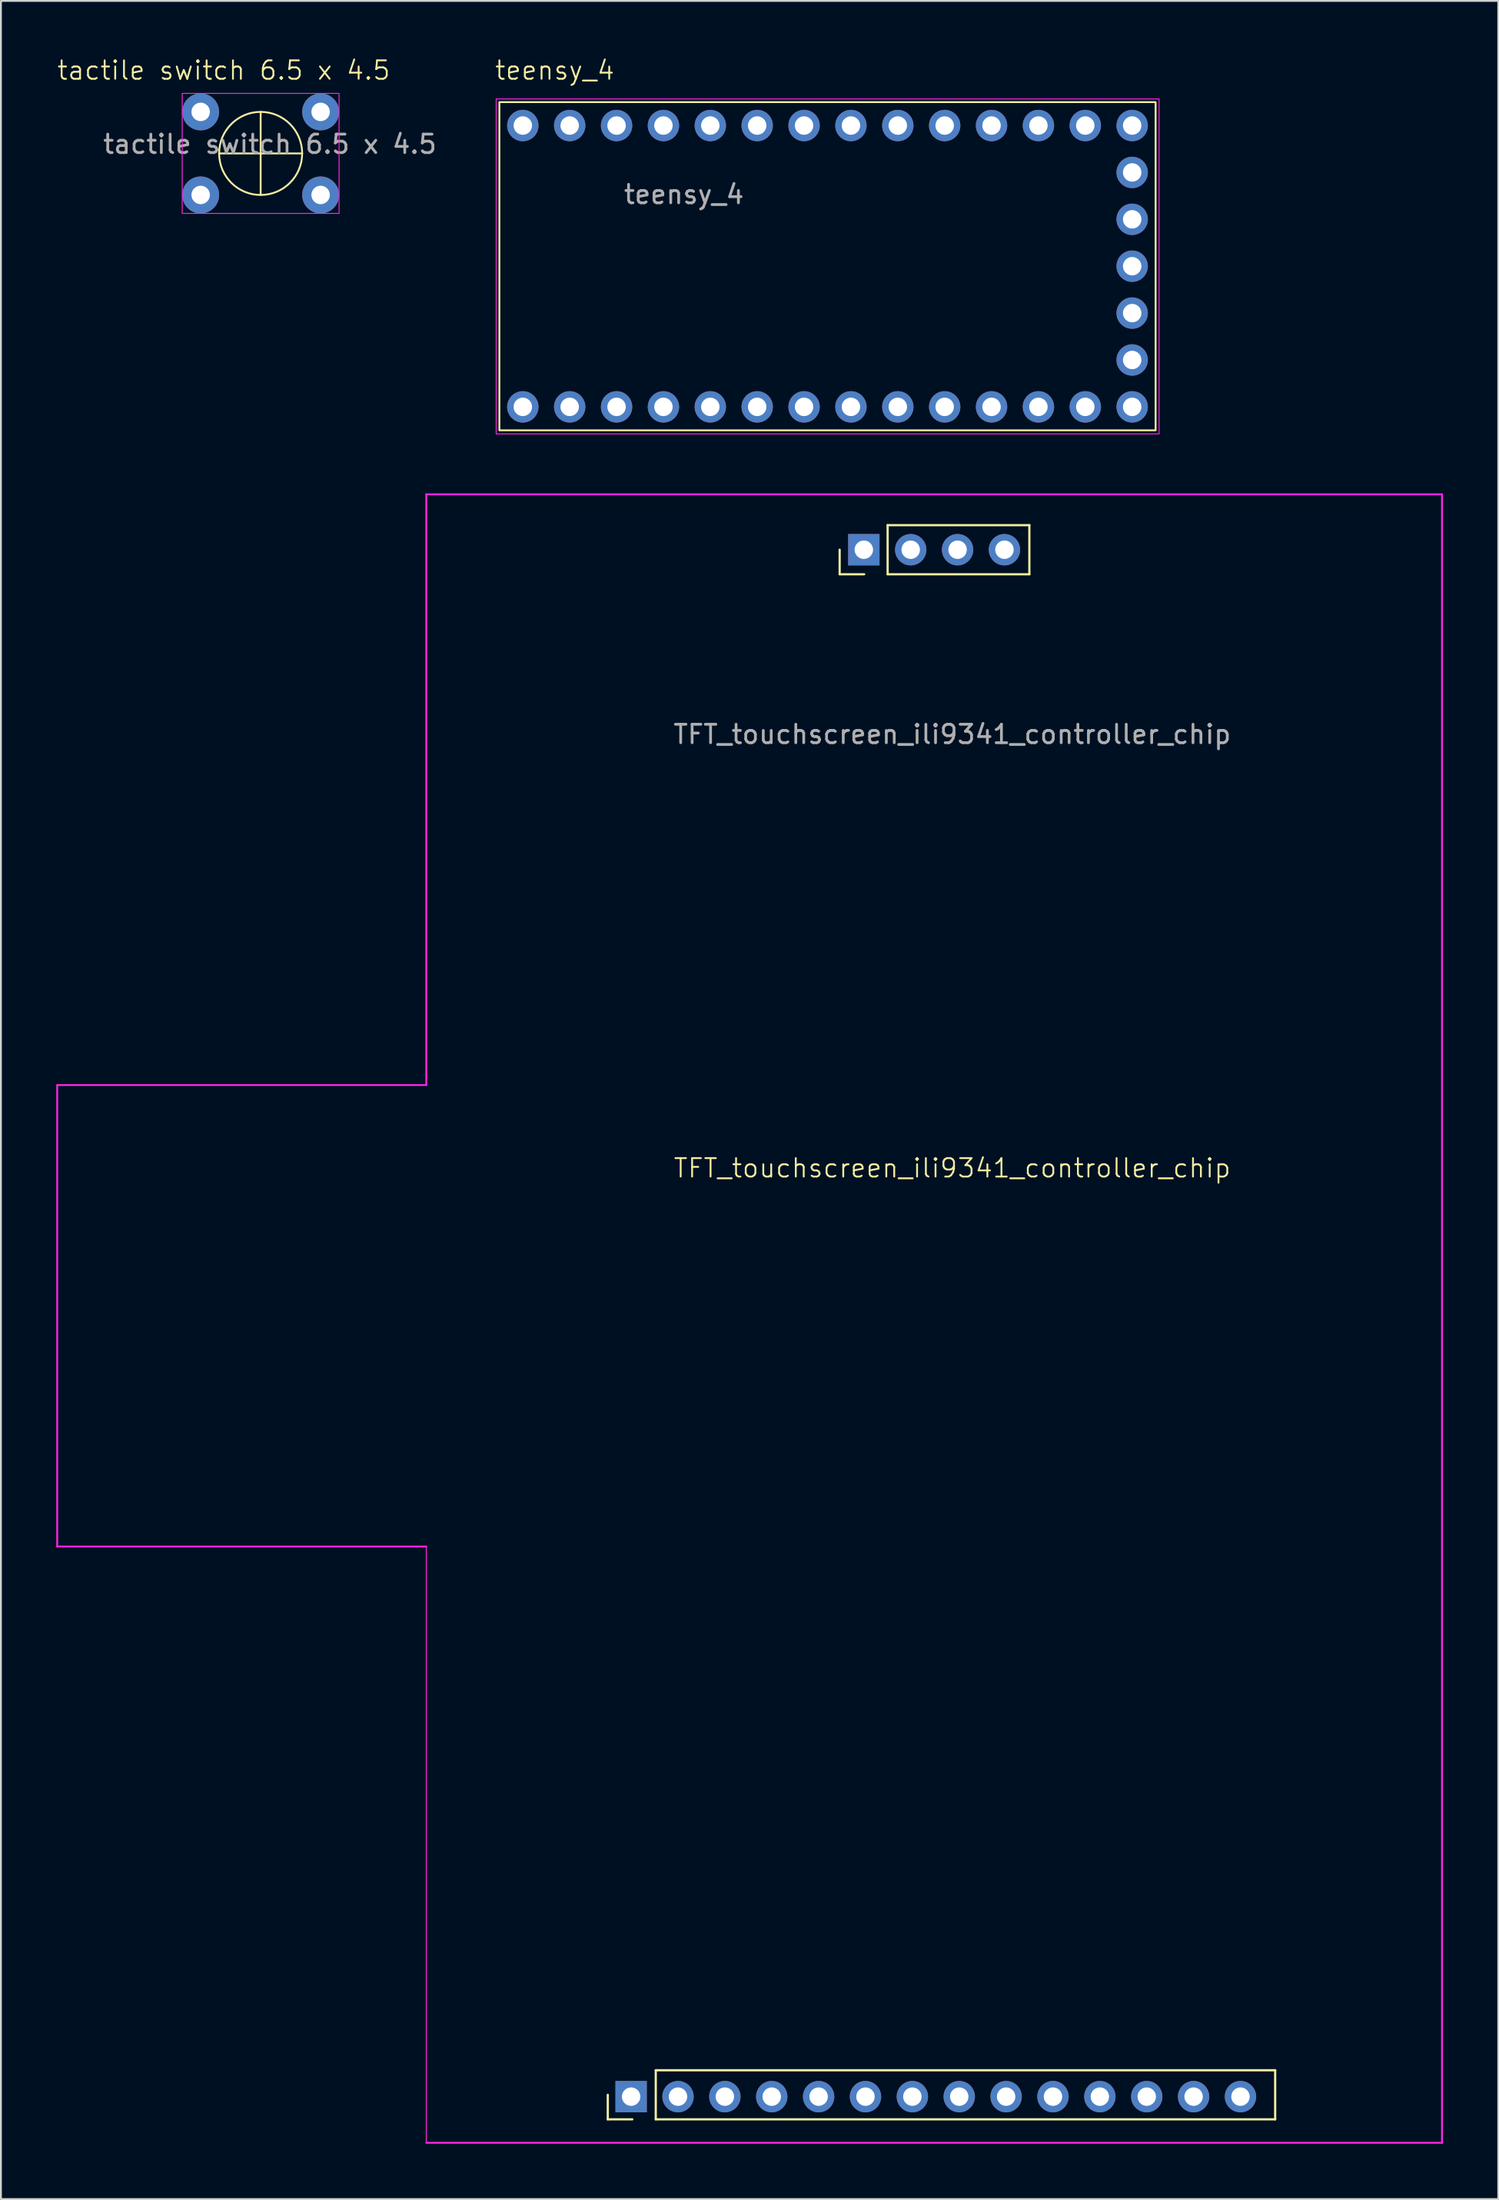
<source format=kicad_pcb>
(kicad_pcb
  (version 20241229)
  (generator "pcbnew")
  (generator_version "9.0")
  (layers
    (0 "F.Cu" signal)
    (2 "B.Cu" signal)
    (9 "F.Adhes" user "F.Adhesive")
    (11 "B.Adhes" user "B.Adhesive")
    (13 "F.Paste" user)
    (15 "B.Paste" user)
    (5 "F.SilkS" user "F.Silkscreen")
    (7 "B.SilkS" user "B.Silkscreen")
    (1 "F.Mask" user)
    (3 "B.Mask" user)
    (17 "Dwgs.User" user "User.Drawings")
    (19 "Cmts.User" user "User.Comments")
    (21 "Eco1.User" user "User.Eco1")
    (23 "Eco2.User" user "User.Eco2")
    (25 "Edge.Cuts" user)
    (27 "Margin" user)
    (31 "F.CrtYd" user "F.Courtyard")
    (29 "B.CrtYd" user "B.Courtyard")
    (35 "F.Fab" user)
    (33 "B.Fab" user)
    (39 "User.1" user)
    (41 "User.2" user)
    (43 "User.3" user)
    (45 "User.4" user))
  (footprint "teensy_4"
    (layer "F.Cu")
    (at 24.011 2.481)
    (property "Reference" "teensy_4" (at 3 -1.72 0) (unlocked yes) (layer "F.SilkS") (effects (font (size 1 1) (thickness 0.1))))
    (attr through_hole)
    (fp_rect (start 0 0) (end 35.56 17.78) (stroke (width 0.1) (type default)) (fill no) (layer "F.SilkS"))
    (fp_rect (start -0.173 -0.172) (end 35.748 17.973) (stroke (width 0.05) (type default)) (fill no) (layer "F.CrtYd"))
    (fp_text user "${REFERENCE}" (at 10 5 0) (unlocked yes) (layer "F.Fab") (effects (font (size 1 1) (thickness 0.15))))
    (pad "0" thru_hole oval (at 3.81 16.51) (size 1.7 1.7) (drill 1) (layers "*.Cu" "*.Mask"))
    (pad "1" thru_hole oval (at 6.35 16.51) (size 1.7 1.7) (drill 1) (layers "*.Cu" "*.Mask"))
    (pad "2" thru_hole oval (at 8.89 16.51) (size 1.7 1.7) (drill 1) (layers "*.Cu" "*.Mask"))
    (pad "3" thru_hole oval (at 11.43 16.51) (size 1.7 1.7) (drill 1) (layers "*.Cu" "*.Mask"))
    (pad "4" thru_hole oval (at 13.97 16.51) (size 1.7 1.7) (drill 1) (layers "*.Cu" "*.Mask"))
    (pad "5" thru_hole oval (at 16.51 16.51) (size 1.7 1.7) (drill 1) (layers "*.Cu" "*.Mask"))
    (pad "6" thru_hole oval (at 19.05 16.51) (size 1.7 1.7) (drill 1) (layers "*.Cu" "*.Mask"))
    (pad "7" thru_hole oval (at 21.59 16.51) (size 1.7 1.7) (drill 1) (layers "*.Cu" "*.Mask"))
    (pad "8" thru_hole oval (at 24.13 16.51) (size 1.7 1.7) (drill 1) (layers "*.Cu" "*.Mask"))
    (pad "9" thru_hole oval (at 26.67 16.51) (size 1.7 1.7) (drill 1) (layers "*.Cu" "*.Mask"))
    (pad "10" thru_hole oval (at 29.21 16.51) (size 1.7 1.7) (drill 1) (layers "*.Cu" "*.Mask"))
    (pad "11" thru_hole oval (at 31.75 16.51) (size 1.7 1.7) (drill 1) (layers "*.Cu" "*.Mask"))
    (pad "12" thru_hole oval (at 34.29 16.51) (size 1.7 1.7) (drill 1) (layers "*.Cu" "*.Mask"))
    (pad "13" thru_hole oval (at 34.29 1.27) (size 1.7 1.7) (drill 1) (layers "*.Cu" "*.Mask"))
    (pad "14" thru_hole oval (at 31.75 1.27) (size 1.7 1.7) (drill 1) (layers "*.Cu" "*.Mask"))
    (pad "15" thru_hole oval (at 29.21 1.27) (size 1.7 1.7) (drill 1) (layers "*.Cu" "*.Mask"))
    (pad "16" thru_hole oval (at 26.67 1.27) (size 1.7 1.7) (drill 1) (layers "*.Cu" "*.Mask"))
    (pad "17" thru_hole oval (at 24.13 1.27) (size 1.7 1.7) (drill 1) (layers "*.Cu" "*.Mask"))
    (pad "18" thru_hole oval (at 21.59 1.27) (size 1.7 1.7) (drill 1) (layers "*.Cu" "*.Mask"))
    (pad "19" thru_hole oval (at 19.05 1.27) (size 1.7 1.7) (drill 1) (layers "*.Cu" "*.Mask"))
    (pad "20" thru_hole oval (at 16.51 1.27) (size 1.7 1.7) (drill 1) (layers "*.Cu" "*.Mask"))
    (pad "21" thru_hole oval (at 13.97 1.27) (size 1.7 1.7) (drill 1) (layers "*.Cu" "*.Mask"))
    (pad "22" thru_hole oval (at 11.43 1.27) (size 1.7 1.7) (drill 1) (layers "*.Cu" "*.Mask"))
    (pad "23" thru_hole oval (at 8.89 1.27) (size 1.7 1.7) (drill 1) (layers "*.Cu" "*.Mask"))
    (pad "24" thru_hole oval (at 6.35 1.27) (size 1.7 1.7) (drill 1) (layers "*.Cu" "*.Mask"))
    (pad "24" thru_hole oval (at 34.29 11.43 90) (size 1.7 1.7) (drill 1) (layers "*.Cu" "*.Mask"))
    (pad "25" thru_hole oval (at 1.27 16.51) (size 1.7 1.7) (drill 1) (layers "*.Cu" "*.Mask"))
    (pad "25" thru_hole oval (at 3.81 1.27) (size 1.7 1.7) (drill 1) (layers "*.Cu" "*.Mask"))
    (pad "25" thru_hole oval (at 34.29 8.89 90) (size 1.7 1.7) (drill 1) (layers "*.Cu" "*.Mask"))
    (pad "26" thru_hole oval (at 1.27 1.27) (size 1.7 1.7) (drill 1) (layers "*.Cu" "*.Mask"))
    (pad "27" thru_hole oval (at 34.29 13.97 90) (size 1.7 1.7) (drill 1) (layers "*.Cu" "*.Mask"))
    (pad "28" thru_hole oval (at 34.29 6.35 90) (size 1.7 1.7) (drill 1) (layers "*.Cu" "*.Mask"))
    (pad "29" thru_hole oval (at 34.29 3.81 90) (size 1.7 1.7) (drill 1) (layers "*.Cu" "*.Mask")))
  (footprint "tactile switch 6.5 x 4.5"
    (layer "F.Cu")
    (at 11.074 5.261)
    (property "Reference" "tactile switch 6.5 x 4.5" (at -2 -4.5 0) (unlocked yes) (layer "F.SilkS") (effects (font (size 1 1) (thickness 0.1))))
    (attr smd)
    (fp_line (start -2.25 0) (end 2.25 0) (stroke (width 0.1) (type default)) (layer "F.SilkS"))
    (fp_line (start 0 -2.25) (end 0 2.25) (stroke (width 0.1) (type default)) (layer "F.SilkS"))
    (fp_circle (center 0 0) (end 0 -2.25) (stroke (width 0.1) (type default)) (fill no) (layer "F.SilkS"))
    (fp_rect (start -4.25 -3.25) (end 4.25 3.25) (stroke (width 0.05) (type default)) (fill no) (layer "F.CrtYd"))
    (fp_text user "${REFERENCE}" (at 0.5 -0.5 0) (unlocked yes) (layer "F.Fab") (effects (font (size 1 1) (thickness 0.15))))
    (pad "1" thru_hole circle (at -3.25 -2.25) (size 2 2) (drill 1) (layers "*.Cu" "*.Mask"))
    (pad "1" thru_hole circle (at 3.25 -2.25) (size 2 2) (drill 1) (layers "*.Cu" "*.Mask"))
    (pad "2" thru_hole circle (at -3.25 2.25) (size 2 2) (drill 1) (layers "*.Cu" "*.Mask"))
    (pad "2" thru_hole circle (at 3.25 2.25) (size 2 2) (drill 1) (layers "*.Cu" "*.Mask")))
  (footprint "TFT_touchscreen_ili9341_controller_chip"
    (layer "F.Cu")
    (at 20.05 23.729)
    (property "Reference" "TFT_touchscreen_ili9341_controller_chip" (at 28.5 36.5 0) (unlocked yes) (layer "F.SilkS") (effects (font (size 1 1) (thickness 0.1))))
    (attr through_hole)
    (fp_line (start 9.835 88.03) (end 9.835 86.7) (stroke (width 0.12) (type solid)) (layer "F.SilkS"))
    (fp_line (start 11.165 88.03) (end 9.835 88.03) (stroke (width 0.12) (type solid)) (layer "F.SilkS"))
    (fp_line (start 12.435 85.37) (end 46 85.37) (stroke (width 0.12) (type solid)) (layer "F.SilkS"))
    (fp_line (start 12.435 88.03) (end 12.435 85.37) (stroke (width 0.12) (type solid)) (layer "F.SilkS"))
    (fp_line (start 12.435 88.03) (end 46 88.03) (stroke (width 0.12) (type solid)) (layer "F.SilkS"))
    (fp_line (start 22.4 4.33) (end 22.4 3) (stroke (width 0.12) (type solid)) (layer "F.SilkS"))
    (fp_line (start 23.73 4.33) (end 22.4 4.33) (stroke (width 0.12) (type solid)) (layer "F.SilkS"))
    (fp_line (start 25 1.67) (end 32.68 1.67) (stroke (width 0.12) (type solid)) (layer "F.SilkS"))
    (fp_line (start 25 4.33) (end 25 1.67) (stroke (width 0.12) (type solid)) (layer "F.SilkS"))
    (fp_line (start 25 4.33) (end 32.68 4.33) (stroke (width 0.12) (type solid)) (layer "F.SilkS"))
    (fp_line (start 32.68 4.33) (end 32.68 1.67) (stroke (width 0.12) (type solid)) (layer "F.SilkS"))
    (fp_line (start 46 88.03) (end 46 85.37) (stroke (width 0.12) (type solid)) (layer "F.SilkS"))
    (fp_line (start -20 32) (end 0 32) (stroke (width 0.1) (type default)) (layer "F.CrtYd"))
    (fp_line (start -20 57) (end -20 32) (stroke (width 0.1) (type default)) (layer "F.CrtYd"))
    (fp_line (start 0 0) (end 55.04 0) (stroke (width 0.1) (type default)) (layer "F.CrtYd"))
    (fp_line (start 0 32) (end 0 0) (stroke (width 0.1) (type default)) (layer "F.CrtYd"))
    (fp_line (start 0 57) (end -20 57) (stroke (width 0.1) (type default)) (layer "F.CrtYd"))
    (fp_line (start 0 57) (end 0 89.3) (stroke (width 0.05) (type default)) (layer "F.CrtYd"))
    (fp_line (start 55.04 0) (end 55.04 89.3) (stroke (width 0.1) (type default)) (layer "F.CrtYd"))
    (fp_line (start 55.04 89.3) (end 0 89.3) (stroke (width 0.1) (type default)) (layer "F.CrtYd"))
    (fp_text user "${REFERENCE}" (at 28.5 13 0) (unlocked yes) (layer "F.Fab") (effects (font (size 1 1) (thickness 0.15))))
    (pad "1" thru_hole rect (at 11.1 86.8 90) (size 1.7 1.7) (drill 1) (layers "*.Cu" "*.Mask"))
    (pad "2" thru_hole oval (at 13.64 86.8 90) (size 1.7 1.7) (drill 1) (layers "*.Cu" "*.Mask"))
    (pad "3" thru_hole oval (at 16.18 86.8 90) (size 1.7 1.7) (drill 1) (layers "*.Cu" "*.Mask"))
    (pad "4" thru_hole oval (at 18.72 86.8 90) (size 1.7 1.7) (drill 1) (layers "*.Cu" "*.Mask"))
    (pad "5" thru_hole oval (at 21.26 86.8 90) (size 1.7 1.7) (drill 1) (layers "*.Cu" "*.Mask"))
    (pad "6" thru_hole oval (at 23.8 86.8 90) (size 1.7 1.7) (drill 1) (layers "*.Cu" "*.Mask"))
    (pad "7" thru_hole oval (at 26.34 86.8 90) (size 1.7 1.7) (drill 1) (layers "*.Cu" "*.Mask"))
    (pad "8" thru_hole oval (at 28.88 86.8 90) (size 1.7 1.7) (drill 1) (layers "*.Cu" "*.Mask"))
    (pad "9" thru_hole oval (at 31.42 86.8 90) (size 1.7 1.7) (drill 1) (layers "*.Cu" "*.Mask"))
    (pad "10" thru_hole oval (at 33.96 86.8 90) (size 1.7 1.7) (drill 1) (layers "*.Cu" "*.Mask"))
    (pad "11" thru_hole oval (at 36.5 86.8 90) (size 1.7 1.7) (drill 1) (layers "*.Cu" "*.Mask"))
    (pad "12" thru_hole oval (at 39.04 86.8 90) (size 1.7 1.7) (drill 1) (layers "*.Cu" "*.Mask"))
    (pad "13" thru_hole oval (at 41.58 86.8 90) (size 1.7 1.7) (drill 1) (layers "*.Cu" "*.Mask"))
    (pad "14" thru_hole oval (at 44.12 86.8 90) (size 1.7 1.7) (drill 1) (layers "*.Cu" "*.Mask"))
    (pad "15" thru_hole rect (at 23.71 3 90) (size 1.7 1.7) (drill 1) (layers "*.Cu" "*.Mask"))
    (pad "16" thru_hole oval (at 26.25 3 90) (size 1.7 1.7) (drill 1) (layers "*.Cu" "*.Mask"))
    (pad "17" thru_hole oval (at 28.79 3 90) (size 1.7 1.7) (drill 1) (layers "*.Cu" "*.Mask"))
    (pad "18" thru_hole oval (at 31.33 3 90) (size 1.7 1.7) (drill 1) (layers "*.Cu" "*.Mask")))
  (gr_rect
    (start -3 -3)
    (end 78.14 116.079)
    (stroke (width 0.1) (type default))
    (fill no)
    (layer "Edge.Cuts")))
</source>
